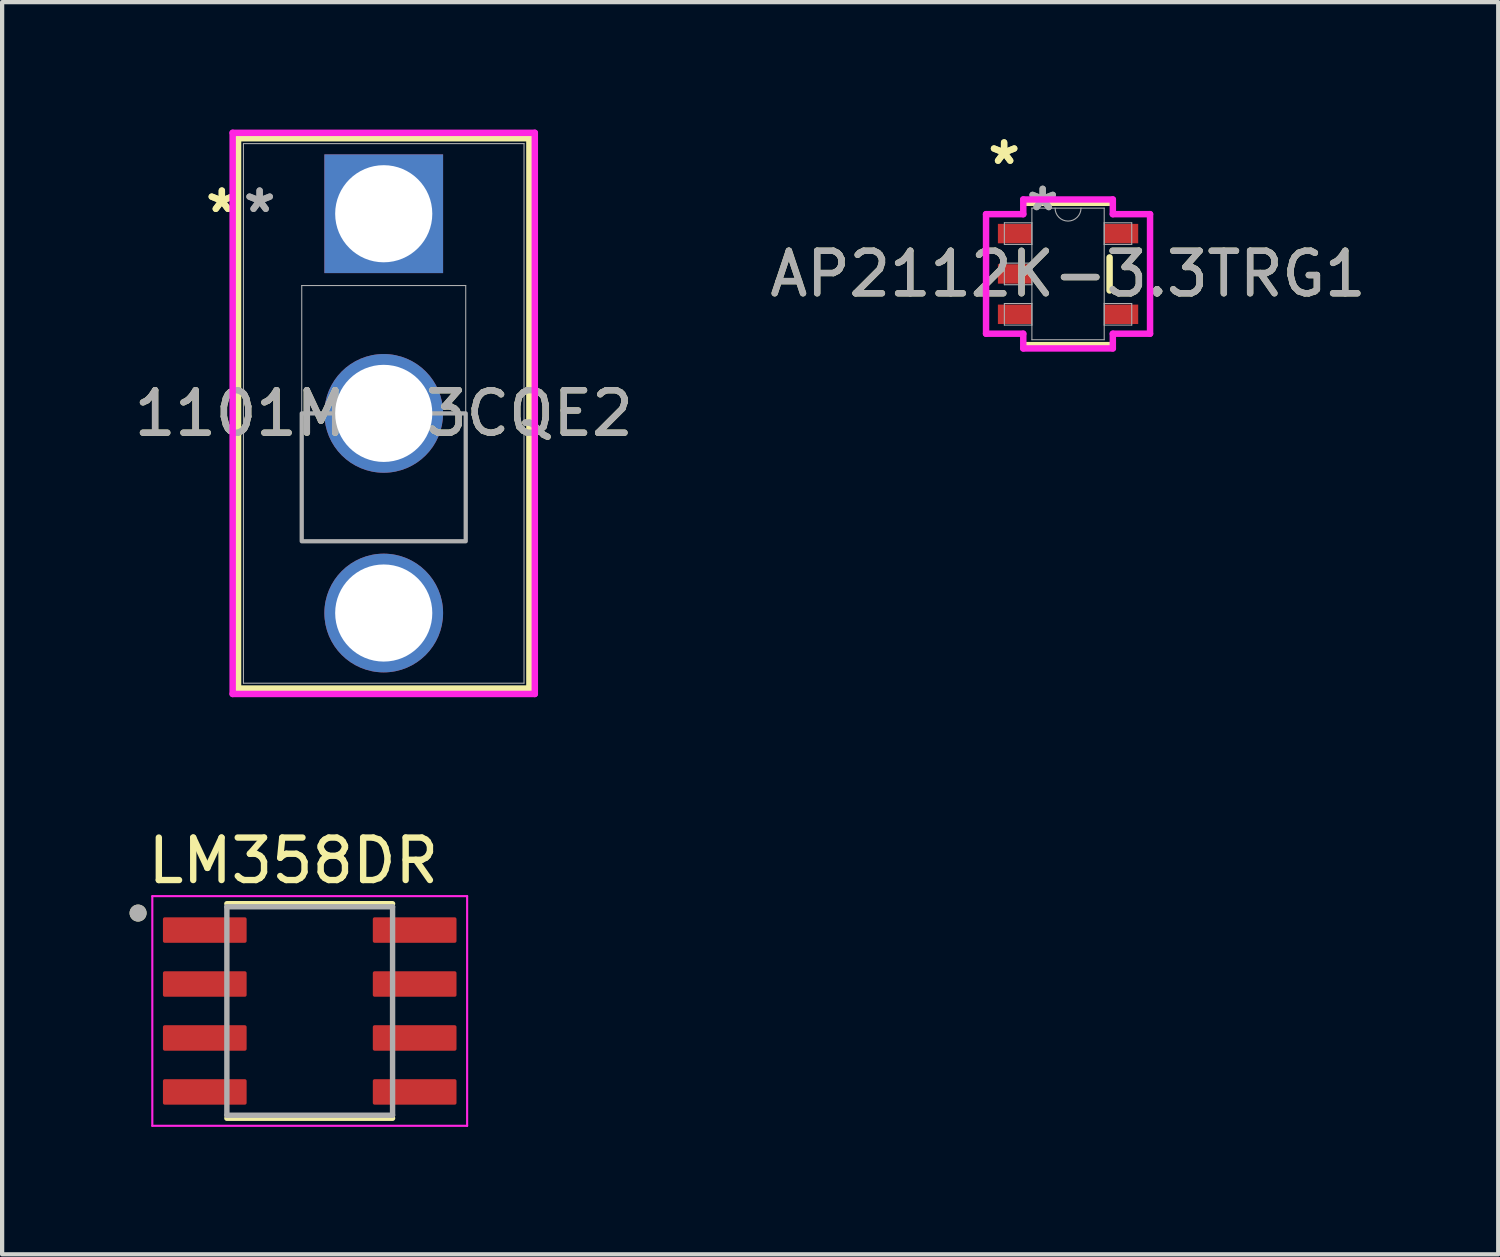
<source format=kicad_pcb>
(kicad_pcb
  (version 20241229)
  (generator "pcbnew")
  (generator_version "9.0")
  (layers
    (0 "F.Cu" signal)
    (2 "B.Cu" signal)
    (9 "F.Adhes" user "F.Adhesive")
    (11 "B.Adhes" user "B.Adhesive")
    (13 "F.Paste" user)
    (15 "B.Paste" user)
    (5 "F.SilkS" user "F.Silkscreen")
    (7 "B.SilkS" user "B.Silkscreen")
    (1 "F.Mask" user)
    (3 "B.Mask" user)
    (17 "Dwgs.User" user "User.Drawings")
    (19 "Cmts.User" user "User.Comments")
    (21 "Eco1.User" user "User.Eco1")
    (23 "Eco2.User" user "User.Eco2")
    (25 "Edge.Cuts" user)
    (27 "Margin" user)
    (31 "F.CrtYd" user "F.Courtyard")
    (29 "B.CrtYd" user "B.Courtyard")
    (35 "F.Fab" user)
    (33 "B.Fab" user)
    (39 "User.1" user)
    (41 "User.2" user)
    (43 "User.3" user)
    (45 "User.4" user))
  (footprint "1101M2S3CQE2"
    (layer "F.Cu")
    (at 5.982 1.981)
    (property "Reference" "1101M2S3CQE2" (at 0 4.699 0) (unlocked yes) (layer "F.SilkS") (effects (font (size 1 1) (thickness 0.15))))
    (attr through_hole)
    (fp_line (start -3.429 -1.778) (end -3.429 11.176) (stroke (width 0.152) (type solid)) (layer "F.SilkS"))
    (fp_line (start -3.429 11.176) (end 3.429 11.176) (stroke (width 0.152) (type solid)) (layer "F.SilkS"))
    (fp_line (start 3.429 -1.778) (end -3.429 -1.778) (stroke (width 0.152) (type solid)) (layer "F.SilkS"))
    (fp_line (start 3.429 11.176) (end 3.429 -1.778) (stroke (width 0.152) (type solid)) (layer "F.SilkS"))
    (fp_line (start -3.556 -1.905) (end -3.556 11.303) (stroke (width 0.152) (type solid)) (layer "F.CrtYd"))
    (fp_line (start -3.556 11.303) (end 3.556 11.303) (stroke (width 0.152) (type solid)) (layer "F.CrtYd"))
    (fp_line (start 3.556 -1.905) (end -3.556 -1.905) (stroke (width 0.152) (type solid)) (layer "F.CrtYd"))
    (fp_line (start 3.556 11.303) (end 3.556 -1.905) (stroke (width 0.152) (type solid)) (layer "F.CrtYd"))
    (fp_line (start -3.302 -1.651) (end -3.302 11.049) (stroke (width 0.025) (type solid)) (layer "F.Fab"))
    (fp_line (start -3.302 11.049) (end 3.302 11.049) (stroke (width 0.025) (type solid)) (layer "F.Fab"))
    (fp_line (start -1.93 1.689) (end 1.93 1.689) (stroke (width 0.025) (type solid)) (layer "F.Fab"))
    (fp_line (start -1.93 7.709) (end -1.93 1.689) (stroke (width 0.025) (type solid)) (layer "F.Fab"))
    (fp_line (start 1.93 1.689) (end 1.93 7.709) (stroke (width 0.025) (type solid)) (layer "F.Fab"))
    (fp_line (start 1.93 7.709) (end -1.93 7.709) (stroke (width 0.025) (type solid)) (layer "F.Fab"))
    (fp_line (start 3.302 -1.651) (end -3.302 -1.651) (stroke (width 0.025) (type solid)) (layer "F.Fab"))
    (fp_line (start 3.302 11.049) (end 3.302 -1.651) (stroke (width 0.025) (type solid)) (layer "F.Fab"))
    (fp_poly (pts (xy -1.93 7.709) (xy -1.93 4.699) (xy 1.93 4.699) (xy 1.93 7.709)) (stroke (width 0.1) (type solid)) (fill no) (layer "F.Fab"))
    (fp_text user "*" (at -3.81 0 0) (unlocked yes) (layer "F.SilkS") (effects (font (size 1 1) (thickness 0.15))))
    (fp_text user "*" (at -3.81 0 0) (layer "F.SilkS") (effects (font (size 1 1) (thickness 0.15))))
    (fp_text user "*" (at -2.921 0 0) (unlocked yes) (layer "F.Fab") (effects (font (size 1 1) (thickness 0.15))))
    (fp_text user "${REFERENCE}" (at 0 4.699 0) (unlocked yes) (layer "F.Fab") (effects (font (size 1 1) (thickness 0.15))))
    (fp_text user "*" (at -2.921 0 0) (layer "F.Fab") (effects (font (size 1 1) (thickness 0.15))))
    (pad "1" thru_hole rect (at 0 0) (size 2.794 2.794) (drill 2.286) (layers "*.Cu" "*.Mask"))
    (pad "2" thru_hole circle (at 0 4.699) (size 2.794 2.794) (drill 2.286) (layers "*.Cu" "*.Mask"))
    (pad "3" thru_hole circle (at 0 9.398) (size 2.794 2.794) (drill 2.286) (layers "*.Cu" "*.Mask")))
  (footprint "LM358DR"
    (layer "F.Cu")
    (at 4.24 20.746)
    (property "Reference" "LM358DR" (at -0.385 -3.537 0) (layer "F.SilkS") (effects (font (size 1 1) (thickness 0.15))))
    (attr smd)
    (fp_line (start -1.95 -2.525) (end 1.95 -2.525) (stroke (width 0.127) (type solid)) (layer "F.SilkS"))
    (fp_line (start -1.95 2.525) (end 1.95 2.525) (stroke (width 0.127) (type solid)) (layer "F.SilkS"))
    (fp_circle (center -4.04 -2.305) (end -3.94 -2.305) (stroke (width 0.2) (type solid)) (fill no) (layer "F.SilkS"))
    (fp_line (start -3.705 -2.703) (end -3.705 2.703) (stroke (width 0.05) (type solid)) (layer "F.CrtYd"))
    (fp_line (start -3.705 -2.703) (end 3.705 -2.703) (stroke (width 0.05) (type solid)) (layer "F.CrtYd"))
    (fp_line (start -3.705 2.703) (end 3.705 2.703) (stroke (width 0.05) (type solid)) (layer "F.CrtYd"))
    (fp_line (start 3.705 -2.703) (end 3.705 2.703) (stroke (width 0.05) (type solid)) (layer "F.CrtYd"))
    (fp_line (start -1.95 -2.453) (end -1.95 2.453) (stroke (width 0.127) (type solid)) (layer "F.Fab"))
    (fp_line (start -1.95 -2.453) (end 1.95 -2.453) (stroke (width 0.127) (type solid)) (layer "F.Fab"))
    (fp_line (start -1.95 2.453) (end 1.95 2.453) (stroke (width 0.127) (type solid)) (layer "F.Fab"))
    (fp_line (start 1.95 -2.453) (end 1.95 2.453) (stroke (width 0.127) (type solid)) (layer "F.Fab"))
    (fp_circle (center -4.04 -2.305) (end -3.94 -2.305) (stroke (width 0.2) (type solid)) (fill no) (layer "F.Fab"))
    (pad "1" smd roundrect (at -2.47 -1.905) (size 1.97 0.6) (layers "F.Cu" "F.Mask" "F.Paste") (roundrect_rratio 0.07))
    (pad "2" smd roundrect (at -2.47 -0.635) (size 1.97 0.6) (layers "F.Cu" "F.Mask" "F.Paste") (roundrect_rratio 0.07))
    (pad "3" smd roundrect (at -2.47 0.635) (size 1.97 0.6) (layers "F.Cu" "F.Mask" "F.Paste") (roundrect_rratio 0.07))
    (pad "4" smd roundrect (at -2.47 1.905) (size 1.97 0.6) (layers "F.Cu" "F.Mask" "F.Paste") (roundrect_rratio 0.07))
    (pad "5" smd roundrect (at 2.47 1.905) (size 1.97 0.6) (layers "F.Cu" "F.Mask" "F.Paste") (roundrect_rratio 0.07))
    (pad "6" smd roundrect (at 2.47 0.635) (size 1.97 0.6) (layers "F.Cu" "F.Mask" "F.Paste") (roundrect_rratio 0.07))
    (pad "7" smd roundrect (at 2.47 -0.635) (size 1.97 0.6) (layers "F.Cu" "F.Mask" "F.Paste") (roundrect_rratio 0.07))
    (pad "8" smd roundrect (at 2.47 -1.905) (size 1.97 0.6) (layers "F.Cu" "F.Mask" "F.Paste") (roundrect_rratio 0.07)))
  (footprint "AP2112K-3.3TRG1"
    (layer "F.Cu")
    (at 22.089 3.398)
    (property "Reference" "AP2112K-3.3TRG1" (at 0 0 0) (unlocked yes) (layer "F.SilkS") (effects (font (size 1 1) (thickness 0.15))))
    (attr smd)
    (fp_line (start -0.978 1.676) (end 0.978 1.676) (stroke (width 0.152) (type solid)) (layer "F.SilkS"))
    (fp_line (start 0.978 -1.676) (end -0.978 -1.676) (stroke (width 0.152) (type solid)) (layer "F.SilkS"))
    (fp_line (start 0.978 0.389) (end 0.978 -0.389) (stroke (width 0.152) (type solid)) (layer "F.SilkS"))
    (fp_line (start -1.93 -1.407) (end -1.054 -1.407) (stroke (width 0.152) (type solid)) (layer "F.CrtYd"))
    (fp_line (start -1.93 1.407) (end -1.93 -1.407) (stroke (width 0.152) (type solid)) (layer "F.CrtYd"))
    (fp_line (start -1.054 -1.753) (end 1.054 -1.753) (stroke (width 0.152) (type solid)) (layer "F.CrtYd"))
    (fp_line (start -1.054 -1.407) (end -1.054 -1.753) (stroke (width 0.152) (type solid)) (layer "F.CrtYd"))
    (fp_line (start -1.054 1.407) (end -1.93 1.407) (stroke (width 0.152) (type solid)) (layer "F.CrtYd"))
    (fp_line (start -1.054 1.753) (end -1.054 1.407) (stroke (width 0.152) (type solid)) (layer "F.CrtYd"))
    (fp_line (start 1.054 -1.753) (end 1.054 -1.407) (stroke (width 0.152) (type solid)) (layer "F.CrtYd"))
    (fp_line (start 1.054 -1.407) (end 1.93 -1.407) (stroke (width 0.152) (type solid)) (layer "F.CrtYd"))
    (fp_line (start 1.054 1.407) (end 1.054 1.753) (stroke (width 0.152) (type solid)) (layer "F.CrtYd"))
    (fp_line (start 1.054 1.753) (end -1.054 1.753) (stroke (width 0.152) (type solid)) (layer "F.CrtYd"))
    (fp_line (start 1.93 -1.407) (end 1.93 1.407) (stroke (width 0.152) (type solid)) (layer "F.CrtYd"))
    (fp_line (start 1.93 1.407) (end 1.054 1.407) (stroke (width 0.152) (type solid)) (layer "F.CrtYd"))
    (fp_line (start -1.499 -1.204) (end -1.499 -0.696) (stroke (width 0.025) (type solid)) (layer "F.Fab"))
    (fp_line (start -1.499 -0.696) (end -0.851 -0.696) (stroke (width 0.025) (type solid)) (layer "F.Fab"))
    (fp_line (start -1.499 -0.254) (end -1.499 0.254) (stroke (width 0.025) (type solid)) (layer "F.Fab"))
    (fp_line (start -1.499 0.254) (end -0.851 0.254) (stroke (width 0.025) (type solid)) (layer "F.Fab"))
    (fp_line (start -1.499 0.696) (end -1.499 1.204) (stroke (width 0.025) (type solid)) (layer "F.Fab"))
    (fp_line (start -1.499 1.204) (end -0.851 1.204) (stroke (width 0.025) (type solid)) (layer "F.Fab"))
    (fp_line (start -0.851 -1.549) (end -0.851 1.549) (stroke (width 0.025) (type solid)) (layer "F.Fab"))
    (fp_line (start -0.851 -1.204) (end -1.499 -1.204) (stroke (width 0.025) (type solid)) (layer "F.Fab"))
    (fp_line (start -0.851 -0.696) (end -0.851 -1.204) (stroke (width 0.025) (type solid)) (layer "F.Fab"))
    (fp_line (start -0.851 -0.254) (end -1.499 -0.254) (stroke (width 0.025) (type solid)) (layer "F.Fab"))
    (fp_line (start -0.851 0.254) (end -0.851 -0.254) (stroke (width 0.025) (type solid)) (layer "F.Fab"))
    (fp_line (start -0.851 0.696) (end -1.499 0.696) (stroke (width 0.025) (type solid)) (layer "F.Fab"))
    (fp_line (start -0.851 1.204) (end -0.851 0.696) (stroke (width 0.025) (type solid)) (layer "F.Fab"))
    (fp_line (start -0.851 1.549) (end 0.851 1.549) (stroke (width 0.025) (type solid)) (layer "F.Fab"))
    (fp_line (start 0.851 -1.549) (end -0.851 -1.549) (stroke (width 0.025) (type solid)) (layer "F.Fab"))
    (fp_line (start 0.851 -1.204) (end 0.851 -0.696) (stroke (width 0.025) (type solid)) (layer "F.Fab"))
    (fp_line (start 0.851 -0.696) (end 1.499 -0.696) (stroke (width 0.025) (type solid)) (layer "F.Fab"))
    (fp_line (start 0.851 0.696) (end 0.851 1.204) (stroke (width 0.025) (type solid)) (layer "F.Fab"))
    (fp_line (start 0.851 1.204) (end 1.499 1.204) (stroke (width 0.025) (type solid)) (layer "F.Fab"))
    (fp_line (start 0.851 1.549) (end 0.851 -1.549) (stroke (width 0.025) (type solid)) (layer "F.Fab"))
    (fp_line (start 1.499 -1.204) (end 0.851 -1.204) (stroke (width 0.025) (type solid)) (layer "F.Fab"))
    (fp_line (start 1.499 -0.696) (end 1.499 -1.204) (stroke (width 0.025) (type solid)) (layer "F.Fab"))
    (fp_line (start 1.499 0.696) (end 0.851 0.696) (stroke (width 0.025) (type solid)) (layer "F.Fab"))
    (fp_line (start 1.499 1.204) (end 1.499 0.696) (stroke (width 0.025) (type solid)) (layer "F.Fab"))
    (fp_arc (start 0.3048 -1.5494) (mid 0 -1.2446) (end -0.3048 -1.5494) (stroke (width 0.0254) (type solid)) (layer "F.Fab"))
    (fp_text user "*" (at -1.505 -2.55 0) (layer "F.SilkS") (effects (font (size 1 1) (thickness 0.15))))
    (fp_text user "*" (at -1.505 -2.55 0) (unlocked yes) (layer "F.SilkS") (effects (font (size 1 1) (thickness 0.15))))
    (fp_text user "${REFERENCE}" (at 0 0 0) (unlocked yes) (layer "F.Fab") (effects (font (size 1 1) (thickness 0.15))))
    (fp_text user "*" (at -0.597 -1.458 0) (unlocked yes) (layer "F.Fab") (effects (font (size 1 1) (thickness 0.15))))
    (fp_text user "*" (at -0.597 -1.458 0) (layer "F.Fab") (effects (font (size 1 1) (thickness 0.15))))
    (pad "1" smd rect (at -1.251 -0.95) (size 0.8 0.457) (layers "F.Cu" "F.Mask" "F.Paste"))
    (pad "2" smd rect (at -1.251 0) (size 0.8 0.457) (layers "F.Cu" "F.Mask" "F.Paste"))
    (pad "3" smd rect (at -1.251 0.95) (size 0.8 0.457) (layers "F.Cu" "F.Mask" "F.Paste"))
    (pad "4" smd rect (at 1.251 0.95) (size 0.8 0.457) (layers "F.Cu" "F.Mask" "F.Paste"))
    (pad "5" smd rect (at 1.251 -0.95) (size 0.8 0.457) (layers "F.Cu" "F.Mask" "F.Paste")))
  (gr_rect
    (start -3 -3)
    (end 32.214 26.473)
    (stroke (width 0.1) (type default))
    (fill no)
    (layer "Edge.Cuts")))
</source>
